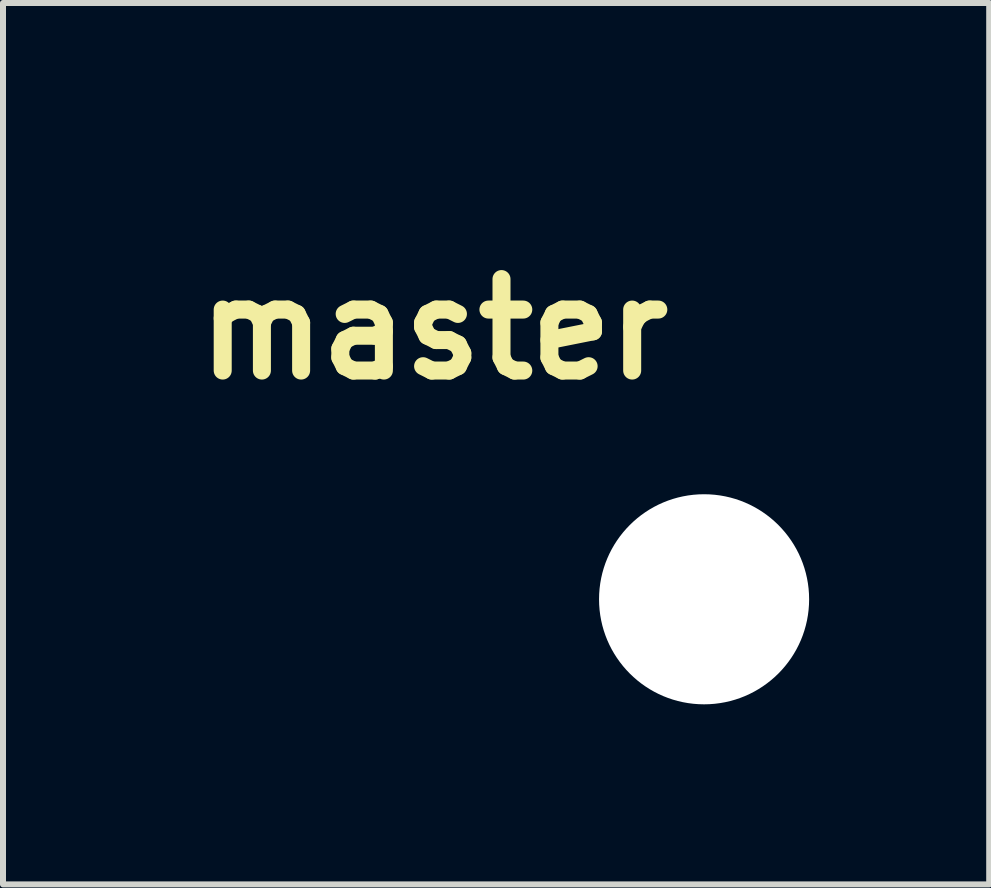
<source format=kicad_pcb>
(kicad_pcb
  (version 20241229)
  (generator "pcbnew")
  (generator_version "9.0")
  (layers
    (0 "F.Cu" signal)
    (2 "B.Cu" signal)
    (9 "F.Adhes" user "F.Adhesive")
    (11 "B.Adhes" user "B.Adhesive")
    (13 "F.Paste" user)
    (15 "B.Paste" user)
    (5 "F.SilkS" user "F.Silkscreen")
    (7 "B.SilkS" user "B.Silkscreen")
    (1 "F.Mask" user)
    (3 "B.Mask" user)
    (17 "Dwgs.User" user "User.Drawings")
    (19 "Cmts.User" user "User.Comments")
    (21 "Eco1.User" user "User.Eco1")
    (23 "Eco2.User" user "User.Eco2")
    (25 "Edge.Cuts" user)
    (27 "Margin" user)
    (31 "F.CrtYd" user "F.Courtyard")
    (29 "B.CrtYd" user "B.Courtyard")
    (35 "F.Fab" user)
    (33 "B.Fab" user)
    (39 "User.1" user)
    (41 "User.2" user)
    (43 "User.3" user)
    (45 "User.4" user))
  (footprint "master"
    (layer "F.Cu")
    (at 8.68 6.934)
    (property "Reference" "master" (at -4.5 -4.5 0) (layer "F.SilkS") (effects (font (size 1.524 1.524) (thickness 0.3))))
    (attr through_hole)
    (fp_poly (pts (xy -1.674 -6.774) (xy -1.617 -6.76) (xy -1.564 -6.732) (xy -1.537 -6.711) (xy -1.51 -6.685) (xy -1.489 -6.657) (xy -1.472 -6.625) (xy -1.455 -6.584) (xy -1.438 -6.531) (xy -1.435 -6.519) (xy -1.383 -6.33) (xy -1.339 -6.137) (xy -1.3 -5.941) (xy -1.268 -5.738) (xy -1.241 -5.527) (xy -1.221 -5.308) (xy -1.206 -5.078) (xy -1.196 -4.835) (xy -1.191 -4.578) (xy -1.191 -4.466) (xy -1.194 -4.182) (xy -1.203 -3.912) (xy -1.218 -3.656) (xy -1.239 -3.412) (xy -1.266 -3.18) (xy -1.3 -2.959) (xy -1.341 -2.747) (xy -1.388 -2.543) (xy -1.43 -2.387) (xy -1.447 -2.331) (xy -1.461 -2.289) (xy -1.474 -2.256) (xy -1.488 -2.231) (xy -1.503 -2.21) (xy -1.52 -2.191) (xy -1.568 -2.153) (xy -1.624 -2.128) (xy -1.685 -2.115) (xy -1.747 -2.117) (xy -1.798 -2.131) (xy -1.851 -2.161) (xy -1.897 -2.203) (xy -1.931 -2.256) (xy -1.953 -2.315) (xy -1.958 -2.349) (xy -1.959 -2.372) (xy -1.958 -2.396) (xy -1.953 -2.425) (xy -1.944 -2.463) (xy -1.93 -2.512) (xy -1.929 -2.516) (xy -1.883 -2.689) (xy -1.842 -2.867) (xy -1.807 -3.05) (xy -1.778 -3.24) (xy -1.754 -3.439) (xy -1.735 -3.648) (xy -1.721 -3.868) (xy -1.712 -4.101) (xy -1.707 -4.348) (xy -1.707 -4.467) (xy -1.709 -4.706) (xy -1.715 -4.93) (xy -1.725 -5.141) (xy -1.74 -5.341) (xy -1.76 -5.531) (xy -1.784 -5.713) (xy -1.814 -5.889) (xy -1.849 -6.061) (xy -1.889 -6.23) (xy -1.932 -6.387) (xy -1.946 -6.435) (xy -1.954 -6.471) (xy -1.959 -6.499) (xy -1.96 -6.524) (xy -1.958 -6.541) (xy -1.945 -6.603) (xy -1.919 -6.657) (xy -1.883 -6.702) (xy -1.838 -6.737) (xy -1.786 -6.761) (xy -1.731 -6.774) (xy -1.674 -6.774)) (stroke (width 0.01) (type solid)) (fill yes) (layer "F.Mask"))
    (fp_poly (pts (xy -4.569 -6.923) (xy -4.511 -6.902) (xy -4.459 -6.867) (xy -4.416 -6.821) (xy -4.391 -6.777) (xy -4.369 -6.73) (xy -4.369 -2.261) (xy -4.391 -2.214) (xy -4.426 -2.158) (xy -4.473 -2.112) (xy -4.516 -2.086) (xy -4.557 -2.072) (xy -4.606 -2.065) (xy -4.656 -2.065) (xy -4.699 -2.073) (xy -4.707 -2.075) (xy -4.718 -2.081) (xy -4.742 -2.096) (xy -4.778 -2.118) (xy -4.826 -2.147) (xy -4.883 -2.183) (xy -4.949 -2.224) (xy -5.023 -2.271) (xy -5.104 -2.322) (xy -5.19 -2.376) (xy -5.281 -2.433) (xy -5.376 -2.493) (xy -5.473 -2.555) (xy -5.571 -2.617) (xy -5.67 -2.679) (xy -5.767 -2.741) (xy -5.863 -2.803) (xy -5.956 -2.862) (xy -6.045 -2.918) (xy -6.129 -2.972) (xy -6.207 -3.022) (xy -6.277 -3.067) (xy -6.339 -3.107) (xy -6.392 -3.141) (xy -6.434 -3.169) (xy -6.465 -3.189) (xy -6.483 -3.202) (xy -6.487 -3.205) (xy -6.506 -3.222) (xy -7.02 -3.179) (xy -7.113 -3.172) (xy -7.202 -3.165) (xy -7.285 -3.158) (xy -7.361 -3.153) (xy -7.428 -3.148) (xy -7.485 -3.144) (xy -7.529 -3.142) (xy -7.56 -3.141) (xy -7.576 -3.141) (xy -7.637 -3.156) (xy -7.692 -3.185) (xy -7.738 -3.227) (xy -7.773 -3.28) (xy -7.784 -3.304) (xy -7.786 -3.311) (xy -7.789 -3.318) (xy -7.79 -3.327) (xy -7.792 -3.338) (xy -7.794 -3.352) (xy -7.795 -3.37) (xy -7.796 -3.393) (xy -7.797 -3.422) (xy -7.798 -3.458) (xy -7.799 -3.501) (xy -7.799 -3.552) (xy -7.8 -3.613) (xy -7.8 -3.684) (xy -7.8 -3.767) (xy -7.801 -3.861) (xy -7.801 -3.968) (xy -7.801 -4.089) (xy -7.801 -4.224) (xy -7.801 -4.375) (xy -7.801 -4.47) (xy -7.801 -4.631) (xy -7.801 -4.775) (xy -7.801 -4.904) (xy -7.801 -5.019) (xy -7.801 -5.121) (xy -7.8 -5.21) (xy -7.8 -5.262) (xy -7.285 -5.262) (xy -7.285 -3.674) (xy -6.929 -3.704) (xy -6.574 -3.733) (xy -6.574 -5.207) (xy -6.91 -5.235) (xy -6.984 -5.241) (xy -7.054 -5.246) (xy -7.117 -5.251) (xy -7.171 -5.255) (xy -7.215 -5.259) (xy -7.247 -5.261) (xy -7.264 -5.262) (xy -7.266 -5.262) (xy -7.285 -5.262) (xy -7.8 -5.262) (xy -7.8 -5.287) (xy -7.8 -5.354) (xy -7.799 -5.41) (xy -6.057 -5.41) (xy -6.055 -4.471) (xy -6.053 -3.533) (xy -5.47 -3.162) (xy -5.38 -3.104) (xy -5.294 -3.05) (xy -5.213 -2.999) (xy -5.139 -2.952) (xy -5.072 -2.909) (xy -5.014 -2.872) (xy -4.965 -2.841) (xy -4.926 -2.817) (xy -4.9 -2.8) (xy -4.886 -2.791) (xy -4.884 -2.79) (xy -4.883 -2.799) (xy -4.883 -2.823) (xy -4.883 -2.863) (xy -4.883 -2.917) (xy -4.882 -2.985) (xy -4.882 -3.066) (xy -4.882 -3.159) (xy -4.882 -3.264) (xy -4.882 -3.379) (xy -4.881 -3.503) (xy -4.881 -3.637) (xy -4.881 -3.779) (xy -4.881 -3.928) (xy -4.881 -4.084) (xy -4.881 -4.245) (xy -4.881 -4.411) (xy -4.881 -4.492) (xy -4.881 -6.193) (xy -5.469 -5.801) (xy -6.057 -5.41) (xy -7.799 -5.41) (xy -7.799 -5.411) (xy -7.799 -5.459) (xy -7.798 -5.499) (xy -7.797 -5.531) (xy -7.796 -5.558) (xy -7.795 -5.579) (xy -7.793 -5.595) (xy -7.792 -5.608) (xy -7.79 -5.618) (xy -7.788 -5.626) (xy -7.785 -5.633) (xy -7.783 -5.638) (xy -7.754 -5.692) (xy -7.713 -5.738) (xy -7.661 -5.773) (xy -7.604 -5.795) (xy -7.579 -5.8) (xy -7.565 -5.8) (xy -7.534 -5.799) (xy -7.491 -5.797) (xy -7.435 -5.793) (xy -7.368 -5.788) (xy -7.293 -5.783) (xy -7.21 -5.776) (xy -7.121 -5.769) (xy -7.028 -5.762) (xy -7.023 -5.761) (xy -6.504 -5.718) (xy -6.482 -5.738) (xy -6.472 -5.746) (xy -6.449 -5.762) (xy -6.414 -5.786) (xy -6.367 -5.818) (xy -6.309 -5.856) (xy -6.242 -5.902) (xy -6.167 -5.953) (xy -6.083 -6.009) (xy -5.992 -6.07) (xy -5.895 -6.135) (xy -5.793 -6.203) (xy -5.686 -6.274) (xy -5.596 -6.334) (xy -5.452 -6.43) (xy -5.322 -6.516) (xy -5.206 -6.593) (xy -5.102 -6.662) (xy -5.011 -6.721) (xy -4.932 -6.773) (xy -4.865 -6.816) (xy -4.809 -6.852) (xy -4.764 -6.88) (xy -4.731 -6.9) (xy -4.707 -6.913) (xy -4.694 -6.92) (xy -4.693 -6.92) (xy -4.63 -6.929) (xy -4.569 -6.923)) (stroke (width 0.01) (type solid)) (fill yes) (layer "F.Mask"))
    (fp_poly (pts (xy -1.674 -6.774) (xy -1.617 -6.76) (xy -1.564 -6.732) (xy -1.537 -6.711) (xy -1.51 -6.685) (xy -1.489 -6.657) (xy -1.472 -6.625) (xy -1.455 -6.584) (xy -1.438 -6.531) (xy -1.435 -6.519) (xy -1.383 -6.33) (xy -1.339 -6.137) (xy -1.3 -5.941) (xy -1.268 -5.738) (xy -1.241 -5.527) (xy -1.221 -5.308) (xy -1.206 -5.078) (xy -1.196 -4.835) (xy -1.191 -4.578) (xy -1.191 -4.466) (xy -1.194 -4.182) (xy -1.203 -3.912) (xy -1.218 -3.656) (xy -1.239 -3.412) (xy -1.266 -3.18) (xy -1.3 -2.959) (xy -1.341 -2.747) (xy -1.388 -2.543) (xy -1.43 -2.387) (xy -1.447 -2.331) (xy -1.461 -2.289) (xy -1.474 -2.256) (xy -1.488 -2.231) (xy -1.503 -2.21) (xy -1.52 -2.191) (xy -1.568 -2.153) (xy -1.624 -2.128) (xy -1.685 -2.115) (xy -1.747 -2.117) (xy -1.798 -2.131) (xy -1.851 -2.161) (xy -1.897 -2.203) (xy -1.931 -2.256) (xy -1.953 -2.315) (xy -1.958 -2.349) (xy -1.959 -2.372) (xy -1.958 -2.396) (xy -1.953 -2.425) (xy -1.944 -2.463) (xy -1.93 -2.512) (xy -1.929 -2.516) (xy -1.883 -2.689) (xy -1.842 -2.867) (xy -1.807 -3.05) (xy -1.778 -3.24) (xy -1.754 -3.439) (xy -1.735 -3.648) (xy -1.721 -3.868) (xy -1.712 -4.101) (xy -1.707 -4.348) (xy -1.707 -4.467) (xy -1.709 -4.706) (xy -1.715 -4.93) (xy -1.725 -5.141) (xy -1.74 -5.341) (xy -1.76 -5.531) (xy -1.784 -5.713) (xy -1.814 -5.889) (xy -1.849 -6.061) (xy -1.889 -6.23) (xy -1.932 -6.387) (xy -1.946 -6.435) (xy -1.954 -6.471) (xy -1.959 -6.499) (xy -1.96 -6.524) (xy -1.958 -6.541) (xy -1.945 -6.603) (xy -1.919 -6.657) (xy -1.883 -6.702) (xy -1.838 -6.737) (xy -1.786 -6.761) (xy -1.731 -6.774) (xy -1.674 -6.774)) (stroke (width 0.01) (type solid)) (fill yes) (layer "B.Mask"))
    (fp_poly (pts (xy -4.569 -6.923) (xy -4.511 -6.902) (xy -4.459 -6.867) (xy -4.416 -6.821) (xy -4.391 -6.777) (xy -4.369 -6.73) (xy -4.369 -2.261) (xy -4.391 -2.214) (xy -4.426 -2.158) (xy -4.473 -2.112) (xy -4.516 -2.086) (xy -4.557 -2.072) (xy -4.606 -2.065) (xy -4.656 -2.065) (xy -4.699 -2.073) (xy -4.707 -2.075) (xy -4.718 -2.081) (xy -4.742 -2.096) (xy -4.778 -2.118) (xy -4.826 -2.147) (xy -4.883 -2.183) (xy -4.949 -2.224) (xy -5.023 -2.271) (xy -5.104 -2.322) (xy -5.19 -2.376) (xy -5.281 -2.433) (xy -5.376 -2.493) (xy -5.473 -2.555) (xy -5.571 -2.617) (xy -5.67 -2.679) (xy -5.767 -2.741) (xy -5.863 -2.803) (xy -5.956 -2.862) (xy -6.045 -2.918) (xy -6.129 -2.972) (xy -6.207 -3.022) (xy -6.277 -3.067) (xy -6.339 -3.107) (xy -6.392 -3.141) (xy -6.434 -3.169) (xy -6.465 -3.189) (xy -6.483 -3.202) (xy -6.487 -3.205) (xy -6.506 -3.222) (xy -7.02 -3.179) (xy -7.113 -3.172) (xy -7.202 -3.165) (xy -7.285 -3.158) (xy -7.361 -3.153) (xy -7.428 -3.148) (xy -7.485 -3.144) (xy -7.529 -3.142) (xy -7.56 -3.141) (xy -7.576 -3.141) (xy -7.637 -3.156) (xy -7.692 -3.185) (xy -7.738 -3.227) (xy -7.773 -3.28) (xy -7.784 -3.304) (xy -7.786 -3.311) (xy -7.789 -3.318) (xy -7.79 -3.327) (xy -7.792 -3.338) (xy -7.794 -3.352) (xy -7.795 -3.37) (xy -7.796 -3.393) (xy -7.797 -3.422) (xy -7.798 -3.458) (xy -7.799 -3.501) (xy -7.799 -3.552) (xy -7.8 -3.613) (xy -7.8 -3.684) (xy -7.8 -3.767) (xy -7.801 -3.861) (xy -7.801 -3.968) (xy -7.801 -4.089) (xy -7.801 -4.224) (xy -7.801 -4.375) (xy -7.801 -4.47) (xy -7.801 -4.631) (xy -7.801 -4.775) (xy -7.801 -4.904) (xy -7.801 -5.019) (xy -7.801 -5.121) (xy -7.8 -5.21) (xy -7.8 -5.262) (xy -7.285 -5.262) (xy -7.285 -3.674) (xy -6.929 -3.704) (xy -6.574 -3.733) (xy -6.574 -5.207) (xy -6.91 -5.235) (xy -6.984 -5.241) (xy -7.054 -5.246) (xy -7.117 -5.251) (xy -7.171 -5.255) (xy -7.215 -5.259) (xy -7.247 -5.261) (xy -7.264 -5.262) (xy -7.266 -5.262) (xy -7.285 -5.262) (xy -7.8 -5.262) (xy -7.8 -5.287) (xy -7.8 -5.354) (xy -7.799 -5.41) (xy -6.057 -5.41) (xy -6.055 -4.471) (xy -6.053 -3.533) (xy -5.47 -3.162) (xy -5.38 -3.104) (xy -5.294 -3.05) (xy -5.213 -2.999) (xy -5.139 -2.952) (xy -5.072 -2.909) (xy -5.014 -2.872) (xy -4.965 -2.841) (xy -4.926 -2.817) (xy -4.9 -2.8) (xy -4.886 -2.791) (xy -4.884 -2.79) (xy -4.883 -2.799) (xy -4.883 -2.823) (xy -4.883 -2.863) (xy -4.883 -2.917) (xy -4.882 -2.985) (xy -4.882 -3.066) (xy -4.882 -3.159) (xy -4.882 -3.264) (xy -4.882 -3.379) (xy -4.881 -3.503) (xy -4.881 -3.637) (xy -4.881 -3.779) (xy -4.881 -3.928) (xy -4.881 -4.084) (xy -4.881 -4.245) (xy -4.881 -4.411) (xy -4.881 -4.492) (xy -4.881 -6.193) (xy -5.469 -5.801) (xy -6.057 -5.41) (xy -7.799 -5.41) (xy -7.799 -5.411) (xy -7.799 -5.459) (xy -7.798 -5.499) (xy -7.797 -5.531) (xy -7.796 -5.558) (xy -7.795 -5.579) (xy -7.793 -5.595) (xy -7.792 -5.608) (xy -7.79 -5.618) (xy -7.788 -5.626) (xy -7.785 -5.633) (xy -7.783 -5.638) (xy -7.754 -5.692) (xy -7.713 -5.738) (xy -7.661 -5.773) (xy -7.604 -5.795) (xy -7.579 -5.8) (xy -7.565 -5.8) (xy -7.534 -5.799) (xy -7.491 -5.797) (xy -7.435 -5.793) (xy -7.368 -5.788) (xy -7.293 -5.783) (xy -7.21 -5.776) (xy -7.121 -5.769) (xy -7.028 -5.762) (xy -7.023 -5.761) (xy -6.504 -5.718) (xy -6.482 -5.738) (xy -6.472 -5.746) (xy -6.449 -5.762) (xy -6.414 -5.786) (xy -6.367 -5.818) (xy -6.309 -5.856) (xy -6.242 -5.902) (xy -6.167 -5.953) (xy -6.083 -6.009) (xy -5.992 -6.07) (xy -5.895 -6.135) (xy -5.793 -6.203) (xy -5.686 -6.274) (xy -5.596 -6.334) (xy -5.452 -6.43) (xy -5.322 -6.516) (xy -5.206 -6.593) (xy -5.102 -6.662) (xy -5.011 -6.721) (xy -4.932 -6.773) (xy -4.865 -6.816) (xy -4.809 -6.852) (xy -4.764 -6.88) (xy -4.731 -6.9) (xy -4.707 -6.913) (xy -4.694 -6.92) (xy -4.693 -6.92) (xy -4.63 -6.929) (xy -4.569 -6.923)) (stroke (width 0.01) (type solid)) (fill yes) (layer "B.Mask"))
    (pad "" np_thru_hole circle (at 0 0) (size 3.5 3.5) (drill 3.5) (layers "*.Cu" "*.Mask")))
  (gr_rect
    (start -3 -3)
    (end 13.43 11.684)
    (stroke (width 0.1) (type default))
    (fill no)
    (layer "Edge.Cuts")))
</source>
